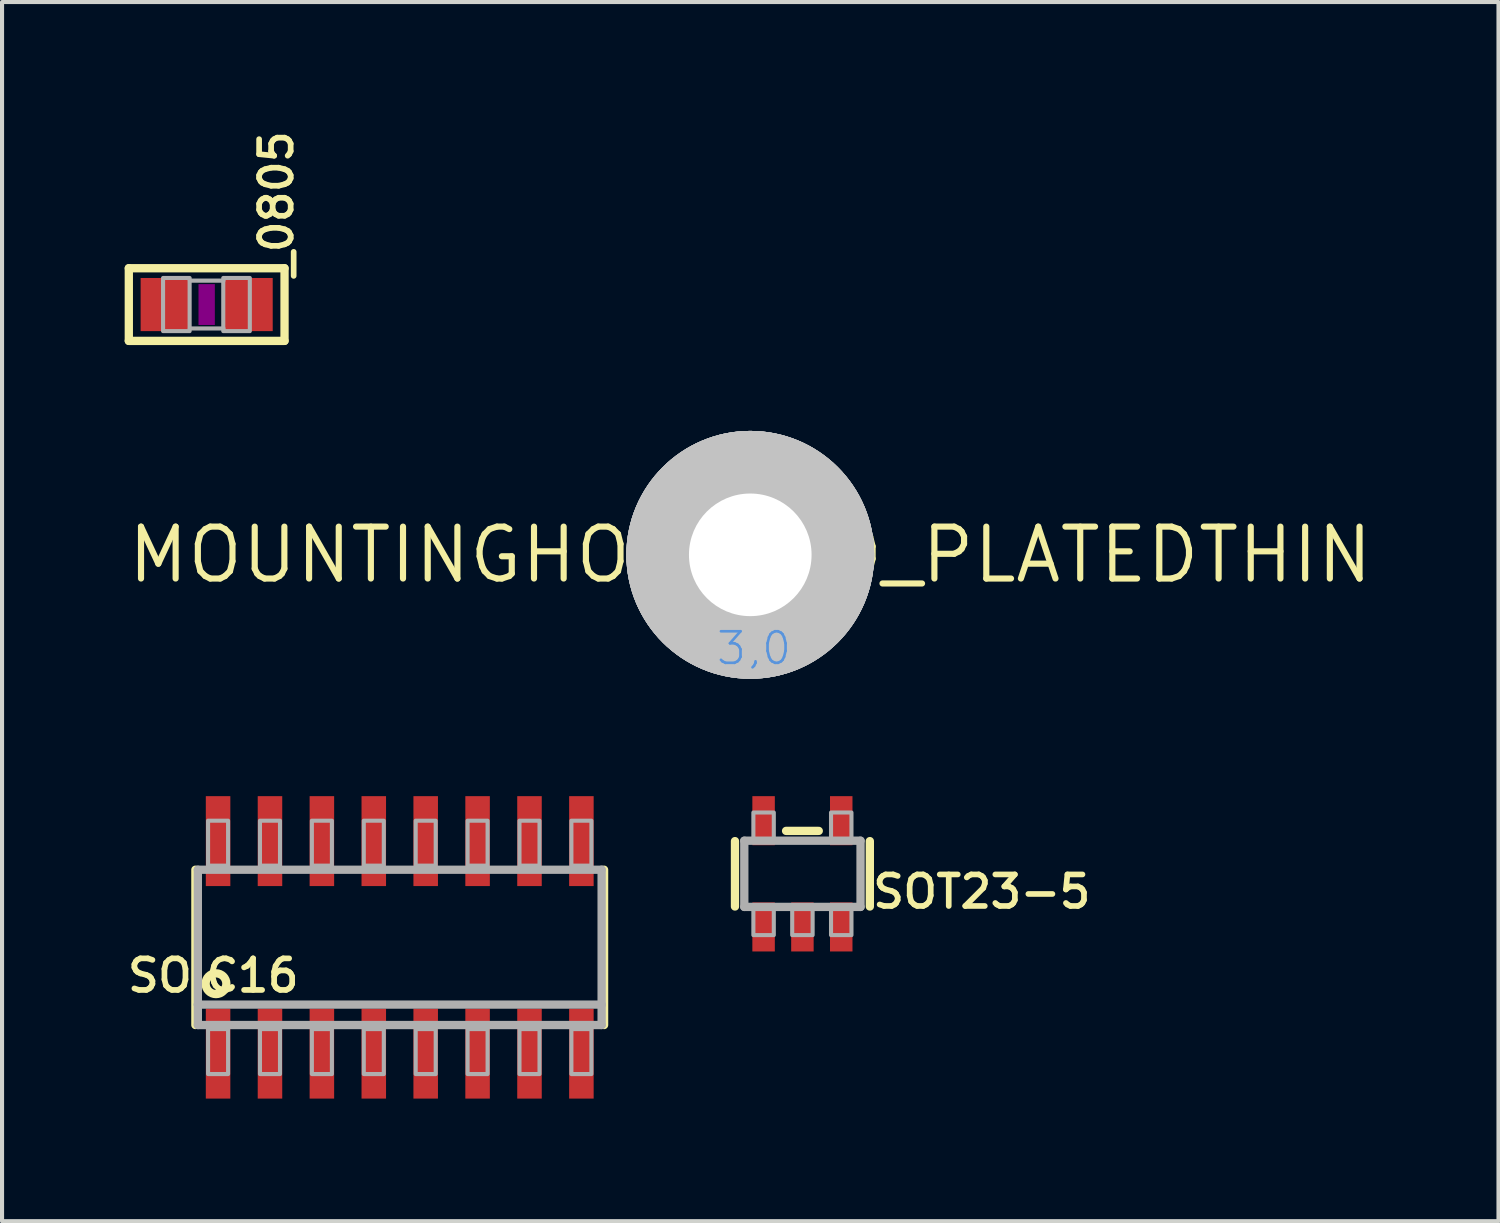
<source format=kicad_pcb>
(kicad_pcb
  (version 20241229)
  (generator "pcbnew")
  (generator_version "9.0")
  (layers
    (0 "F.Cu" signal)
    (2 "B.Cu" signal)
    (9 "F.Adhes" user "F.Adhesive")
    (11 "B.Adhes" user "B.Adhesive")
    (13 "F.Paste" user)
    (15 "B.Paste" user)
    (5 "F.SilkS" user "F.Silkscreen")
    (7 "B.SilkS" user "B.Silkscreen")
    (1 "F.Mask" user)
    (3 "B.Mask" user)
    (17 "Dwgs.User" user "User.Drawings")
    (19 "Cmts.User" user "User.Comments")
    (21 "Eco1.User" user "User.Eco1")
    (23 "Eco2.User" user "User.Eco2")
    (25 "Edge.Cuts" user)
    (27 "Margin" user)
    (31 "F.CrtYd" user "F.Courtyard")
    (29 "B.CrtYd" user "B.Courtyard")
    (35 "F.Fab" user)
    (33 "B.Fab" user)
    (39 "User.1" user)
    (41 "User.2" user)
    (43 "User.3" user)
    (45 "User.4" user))
  (footprint "SOT23-5"
    (layer "F.Cu")
    (at 16.584 18.331)
    (property "Reference" "SOT23-5" (at 1.651 0.889 0) (layer "F.SilkS") (effects (font (size 0.772 0.772) (thickness 0.139)) (justify left bottom)))
    (attr through_hole)
    (fp_line (start -1.65 -0.8) (end -1.65 0.8) (stroke (width 0.203) (type solid)) (layer "F.SilkS"))
    (fp_line (start -0.4 -1.05) (end 0.4 -1.05) (stroke (width 0.203) (type solid)) (layer "F.SilkS"))
    (fp_line (start 1.65 -0.8) (end 1.65 0.8) (stroke (width 0.203) (type solid)) (layer "F.SilkS"))
    (fp_line (start -1.422 -0.81) (end 1.422 -0.81) (stroke (width 0.203) (type solid)) (layer "F.Fab"))
    (fp_line (start -1.422 0.81) (end -1.422 -0.81) (stroke (width 0.203) (type solid)) (layer "F.Fab"))
    (fp_line (start 1.422 -0.81) (end 1.422 0.81) (stroke (width 0.203) (type solid)) (layer "F.Fab"))
    (fp_line (start 1.422 0.81) (end -1.422 0.81) (stroke (width 0.203) (type solid)) (layer "F.Fab"))
    (fp_poly (pts (xy -1.2 -0.85) (xy -0.7 -0.85) (xy -0.7 -1.5) (xy -1.2 -1.5)) (stroke (width 0.1) (type solid)) (fill no) (layer "F.Fab"))
    (fp_poly (pts (xy -1.2 1.5) (xy -0.7 1.5) (xy -0.7 0.85) (xy -1.2 0.85)) (stroke (width 0.1) (type solid)) (fill no) (layer "F.Fab"))
    (fp_poly (pts (xy -0.25 1.5) (xy 0.25 1.5) (xy 0.25 0.85) (xy -0.25 0.85)) (stroke (width 0.1) (type solid)) (fill no) (layer "F.Fab"))
    (fp_poly (pts (xy 0.7 -0.85) (xy 1.2 -0.85) (xy 1.2 -1.5) (xy 0.7 -1.5)) (stroke (width 0.1) (type solid)) (fill no) (layer "F.Fab"))
    (fp_poly (pts (xy 0.7 1.5) (xy 1.2 1.5) (xy 1.2 0.85) (xy 0.7 0.85)) (stroke (width 0.1) (type solid)) (fill no) (layer "F.Fab"))
    (pad "1" smd rect (at -0.95 1.3) (size 0.55 1.2) (layers "F.Cu" "F.Mask" "F.Paste"))
    (pad "2" smd rect (at 0 1.3) (size 0.55 1.2) (layers "F.Cu" "F.Mask" "F.Paste"))
    (pad "3" smd rect (at 0.95 1.3) (size 0.55 1.2) (layers "F.Cu" "F.Mask" "F.Paste"))
    (pad "4" smd rect (at 0.95 -1.3) (size 0.55 1.2) (layers "F.Cu" "F.Mask" "F.Paste"))
    (pad "5" smd rect (at -0.95 -1.3) (size 0.55 1.2) (layers "F.Cu" "F.Mask" "F.Paste")))
  (footprint "MOUNTINGHOLE_3.0_PLATEDTHIN"
    (layer "F.Cu")
    (at 15.308 10.526)
    (property "Reference" "MOUNTINGHOLE_3.0_PLATEDTHIN" (at 0 0 0) (layer "F.SilkS") (effects (font (size 1.27 1.27) (thickness 0.15))))
    (attr through_hole)
    (fp_circle (center 0 0) (end 2.032 0) (stroke (width 0.203) (type solid)) (fill no) (layer "F.SilkS"))
    (fp_circle (center 0 0) (end 1 0) (stroke (width 2.032) (type solid)) (fill no) (layer "Dwgs.User"))
    (fp_circle (center 0 0) (end 1 0) (stroke (width 2.032) (type solid)) (fill no) (layer "Dwgs.User"))
    (fp_circle (center 0 0) (end 1 0) (stroke (width 2.032) (type solid)) (fill no) (layer "Dwgs.User"))
    (fp_circle (center 0 0) (end 1 0) (stroke (width 2.032) (type solid)) (fill no) (layer "Dwgs.User"))
    (fp_circle (center 0 0) (end 1 0) (stroke (width 2.032) (type solid)) (fill no) (layer "Dwgs.User"))
    (fp_text user "3,0" (at -0.87 2.74 0) (layer "Cmts.User") (effects (font (size 0.772 0.772) (thickness 0.065)) (justify left bottom)))
    (pad "P$1" thru_hole circle (at 0 0) (size 3.6 3.6) (drill 3) (layers "*.Cu" "*.Mask")))
  (footprint "_0805"
    (layer "F.Cu")
    (at 2.007 4.402)
    (property "Reference" "_0805" (at 2.157 -0.61 270) (layer "F.SilkS") (effects (font (size 0.772 0.772) (thickness 0.139)) (justify left bottom)))
    (attr through_hole)
    (fp_line (start -1.905 -0.889) (end 1.905 -0.889) (stroke (width 0.203) (type solid)) (layer "F.SilkS"))
    (fp_line (start -1.905 0.889) (end -1.905 -0.889) (stroke (width 0.203) (type solid)) (layer "F.SilkS"))
    (fp_line (start 1.905 -0.889) (end 1.905 0.889) (stroke (width 0.203) (type solid)) (layer "F.SilkS"))
    (fp_line (start 1.905 0.889) (end -1.905 0.889) (stroke (width 0.203) (type solid)) (layer "F.SilkS"))
    (fp_poly (pts (xy -0.2 0.5) (xy 0.2 0.5) (xy 0.2 -0.5) (xy -0.2 -0.5)) (stroke (width 0) (type solid)) (fill yes) (layer "F.Adhes"))
    (fp_line (start -0.41 -0.585) (end 0.41 -0.585) (stroke (width 0.102) (type solid)) (layer "F.Fab"))
    (fp_line (start -0.41 0.585) (end 0.41 0.585) (stroke (width 0.102) (type solid)) (layer "F.Fab"))
    (fp_poly (pts (xy -1.067 0.65) (xy -0.417 0.65) (xy -0.417 -0.65) (xy -1.067 -0.65)) (stroke (width 0.1) (type solid)) (fill no) (layer "F.Fab"))
    (fp_poly (pts (xy 0.406 0.65) (xy 1.056 0.65) (xy 1.056 -0.65) (xy 0.406 -0.65)) (stroke (width 0.1) (type solid)) (fill no) (layer "F.Fab"))
    (pad "1" smd rect (at -1.016 0) (size 1.2 1.3) (layers "F.Cu" "F.Mask" "F.Paste"))
    (pad "2" smd rect (at 1.016 0) (size 1.2 1.3) (layers "F.Cu" "F.Mask" "F.Paste")))
  (footprint "SOIC16"
    (layer "F.Cu")
    (at 6.731 20.131)
    (property "Reference" "SOIC16" (at -6.731 1.143 0) (layer "F.SilkS") (effects (font (size 0.772 0.772) (thickness 0.139)) (justify left bottom)))
    (attr through_hole)
    (fp_line (start -5 -1.9) (end -5 1.9) (stroke (width 0.203) (type solid)) (layer "F.SilkS"))
    (fp_line (start 5 -1.9) (end 5 1.9) (stroke (width 0.203) (type solid)) (layer "F.SilkS"))
    (fp_circle (center -4.496 0.889) (end -4.242 0.889) (stroke (width 0.203) (type solid)) (fill no) (layer "F.SilkS"))
    (fp_line (start -4.94 -1.9) (end 4.94 -1.9) (stroke (width 0.203) (type solid)) (layer "F.Fab"))
    (fp_line (start -4.94 1.4) (end -4.94 -1.9) (stroke (width 0.203) (type solid)) (layer "F.Fab"))
    (fp_line (start -4.94 1.9) (end -4.94 1.4) (stroke (width 0.203) (type solid)) (layer "F.Fab"))
    (fp_line (start 4.94 -1.9) (end 4.94 1.4) (stroke (width 0.203) (type solid)) (layer "F.Fab"))
    (fp_line (start 4.94 1.4) (end -4.94 1.4) (stroke (width 0.203) (type solid)) (layer "F.Fab"))
    (fp_line (start 4.94 1.4) (end 4.94 1.9) (stroke (width 0.203) (type solid)) (layer "F.Fab"))
    (fp_line (start 4.94 1.9) (end -4.94 1.9) (stroke (width 0.203) (type solid)) (layer "F.Fab"))
    (fp_poly (pts (xy -4.69 -2) (xy -4.2 -2) (xy -4.2 -3.1) (xy -4.69 -3.1)) (stroke (width 0.1) (type solid)) (fill no) (layer "F.Fab"))
    (fp_poly (pts (xy -4.69 3.1) (xy -4.2 3.1) (xy -4.2 2) (xy -4.69 2)) (stroke (width 0.1) (type solid)) (fill no) (layer "F.Fab"))
    (fp_poly (pts (xy -3.42 -2) (xy -2.93 -2) (xy -2.93 -3.1) (xy -3.42 -3.1)) (stroke (width 0.1) (type solid)) (fill no) (layer "F.Fab"))
    (fp_poly (pts (xy -3.42 3.1) (xy -2.93 3.1) (xy -2.93 2) (xy -3.42 2)) (stroke (width 0.1) (type solid)) (fill no) (layer "F.Fab"))
    (fp_poly (pts (xy -2.15 -2) (xy -1.66 -2) (xy -1.66 -3.1) (xy -2.15 -3.1)) (stroke (width 0.1) (type solid)) (fill no) (layer "F.Fab"))
    (fp_poly (pts (xy -2.15 3.1) (xy -1.66 3.1) (xy -1.66 2) (xy -2.15 2)) (stroke (width 0.1) (type solid)) (fill no) (layer "F.Fab"))
    (fp_poly (pts (xy -0.88 -2) (xy -0.39 -2) (xy -0.39 -3.1) (xy -0.88 -3.1)) (stroke (width 0.1) (type solid)) (fill no) (layer "F.Fab"))
    (fp_poly (pts (xy -0.88 3.1) (xy -0.39 3.1) (xy -0.39 2) (xy -0.88 2)) (stroke (width 0.1) (type solid)) (fill no) (layer "F.Fab"))
    (fp_poly (pts (xy 0.39 -2) (xy 0.88 -2) (xy 0.88 -3.1) (xy 0.39 -3.1)) (stroke (width 0.1) (type solid)) (fill no) (layer "F.Fab"))
    (fp_poly (pts (xy 0.39 3.1) (xy 0.88 3.1) (xy 0.88 2) (xy 0.39 2)) (stroke (width 0.1) (type solid)) (fill no) (layer "F.Fab"))
    (fp_poly (pts (xy 1.66 -2) (xy 2.15 -2) (xy 2.15 -3.1) (xy 1.66 -3.1)) (stroke (width 0.1) (type solid)) (fill no) (layer "F.Fab"))
    (fp_poly (pts (xy 1.66 3.1) (xy 2.15 3.1) (xy 2.15 2) (xy 1.66 2)) (stroke (width 0.1) (type solid)) (fill no) (layer "F.Fab"))
    (fp_poly (pts (xy 2.93 -2) (xy 3.42 -2) (xy 3.42 -3.1) (xy 2.93 -3.1)) (stroke (width 0.1) (type solid)) (fill no) (layer "F.Fab"))
    (fp_poly (pts (xy 2.93 3.1) (xy 3.42 3.1) (xy 3.42 2) (xy 2.93 2)) (stroke (width 0.1) (type solid)) (fill no) (layer "F.Fab"))
    (fp_poly (pts (xy 4.2 -2) (xy 4.69 -2) (xy 4.69 -3.1) (xy 4.2 -3.1)) (stroke (width 0.1) (type solid)) (fill no) (layer "F.Fab"))
    (fp_poly (pts (xy 4.2 3.1) (xy 4.69 3.1) (xy 4.69 2) (xy 4.2 2)) (stroke (width 0.1) (type solid)) (fill no) (layer "F.Fab"))
    (pad "1" smd rect (at -4.445 2.6) (size 0.6 2.2) (layers "F.Cu" "F.Mask" "F.Paste"))
    (pad "2" smd rect (at -3.175 2.6) (size 0.6 2.2) (layers "F.Cu" "F.Mask" "F.Paste"))
    (pad "3" smd rect (at -1.905 2.6) (size 0.6 2.2) (layers "F.Cu" "F.Mask" "F.Paste"))
    (pad "4" smd rect (at -0.635 2.6) (size 0.6 2.2) (layers "F.Cu" "F.Mask" "F.Paste"))
    (pad "5" smd rect (at 0.635 2.6) (size 0.6 2.2) (layers "F.Cu" "F.Mask" "F.Paste"))
    (pad "6" smd rect (at 1.905 2.6) (size 0.6 2.2) (layers "F.Cu" "F.Mask" "F.Paste"))
    (pad "7" smd rect (at 3.175 2.6) (size 0.6 2.2) (layers "F.Cu" "F.Mask" "F.Paste"))
    (pad "8" smd rect (at 4.445 2.6) (size 0.6 2.2) (layers "F.Cu" "F.Mask" "F.Paste"))
    (pad "9" smd rect (at 4.445 -2.6) (size 0.6 2.2) (layers "F.Cu" "F.Mask" "F.Paste"))
    (pad "10" smd rect (at 3.175 -2.6) (size 0.6 2.2) (layers "F.Cu" "F.Mask" "F.Paste"))
    (pad "11" smd rect (at 1.905 -2.6) (size 0.6 2.2) (layers "F.Cu" "F.Mask" "F.Paste"))
    (pad "12" smd rect (at 0.635 -2.6) (size 0.6 2.2) (layers "F.Cu" "F.Mask" "F.Paste"))
    (pad "13" smd rect (at -0.635 -2.6) (size 0.6 2.2) (layers "F.Cu" "F.Mask" "F.Paste"))
    (pad "14" smd rect (at -1.905 -2.6) (size 0.6 2.2) (layers "F.Cu" "F.Mask" "F.Paste"))
    (pad "15" smd rect (at -3.175 -2.6) (size 0.6 2.2) (layers "F.Cu" "F.Mask" "F.Paste"))
    (pad "16" smd rect (at -4.445 -2.6) (size 0.6 2.2) (layers "F.Cu" "F.Mask" "F.Paste")))
  (gr_rect
    (start -3 -3)
    (end 33.616 26.831)
    (stroke (width 0.1) (type default))
    (fill no)
    (layer "Edge.Cuts")))
</source>
